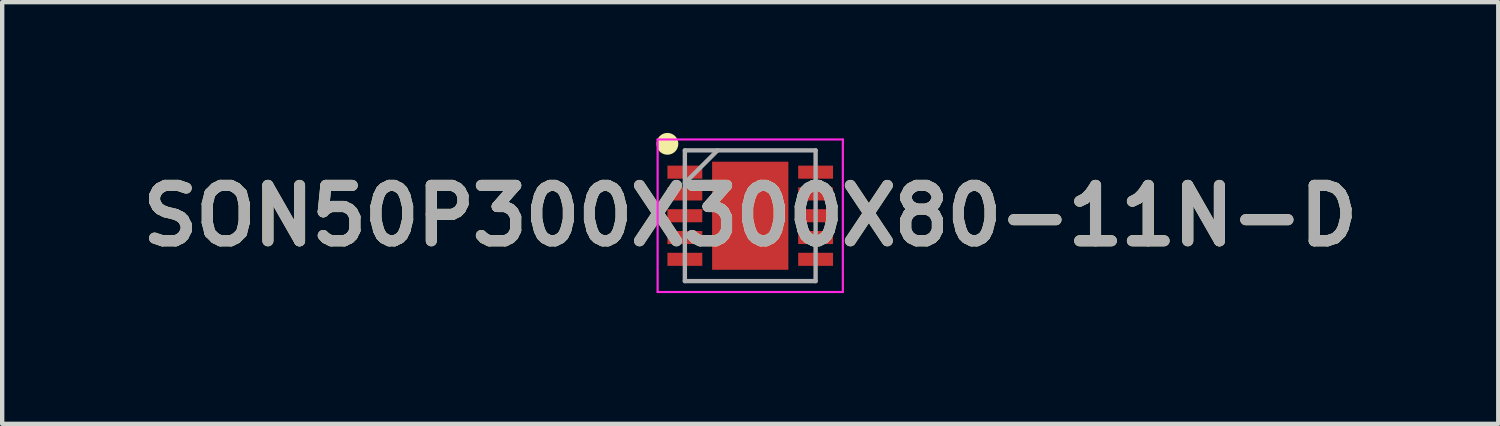
<source format=kicad_pcb>
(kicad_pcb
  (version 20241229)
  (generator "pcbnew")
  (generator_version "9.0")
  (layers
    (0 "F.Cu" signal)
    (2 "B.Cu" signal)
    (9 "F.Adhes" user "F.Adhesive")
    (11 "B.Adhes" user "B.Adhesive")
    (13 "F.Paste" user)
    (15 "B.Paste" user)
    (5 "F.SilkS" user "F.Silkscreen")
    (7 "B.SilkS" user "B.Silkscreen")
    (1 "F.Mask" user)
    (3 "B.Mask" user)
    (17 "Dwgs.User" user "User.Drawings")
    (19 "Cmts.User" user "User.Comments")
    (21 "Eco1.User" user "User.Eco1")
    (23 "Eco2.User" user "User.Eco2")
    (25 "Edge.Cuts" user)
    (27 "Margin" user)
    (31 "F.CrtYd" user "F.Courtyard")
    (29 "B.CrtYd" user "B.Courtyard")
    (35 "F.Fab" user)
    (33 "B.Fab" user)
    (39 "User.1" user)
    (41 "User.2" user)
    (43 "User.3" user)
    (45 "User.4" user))
  (footprint "SON50P300X300X80-11N-D"
    (layer "F.Cu")
    (at 14.164 1.9)
    (property "Reference" "SON50P300X300X80-11N-D" (at 0 0 0) (layer "F.SilkS") (effects (font (size 1.27 1.27) (thickness 0.254))))
    (attr smd)
    (fp_circle (center -1.9 -1.65) (end -1.9 -1.525) (stroke (width 0.25) (type solid)) (fill no) (layer "F.SilkS"))
    (fp_line (start -2.125 -1.75) (end 2.125 -1.75) (stroke (width 0.05) (type solid)) (layer "F.CrtYd"))
    (fp_line (start -2.125 1.75) (end -2.125 -1.75) (stroke (width 0.05) (type solid)) (layer "F.CrtYd"))
    (fp_line (start 2.125 -1.75) (end 2.125 1.75) (stroke (width 0.05) (type solid)) (layer "F.CrtYd"))
    (fp_line (start 2.125 1.75) (end -2.125 1.75) (stroke (width 0.05) (type solid)) (layer "F.CrtYd"))
    (fp_line (start -1.5 -1.5) (end 1.5 -1.5) (stroke (width 0.1) (type solid)) (layer "F.Fab"))
    (fp_line (start -1.5 -0.75) (end -0.75 -1.5) (stroke (width 0.1) (type solid)) (layer "F.Fab"))
    (fp_line (start -1.5 1.5) (end -1.5 -1.5) (stroke (width 0.1) (type solid)) (layer "F.Fab"))
    (fp_line (start 1.5 -1.5) (end 1.5 1.5) (stroke (width 0.1) (type solid)) (layer "F.Fab"))
    (fp_line (start 1.5 1.5) (end -1.5 1.5) (stroke (width 0.1) (type solid)) (layer "F.Fab"))
    (fp_text user "${REFERENCE}" (at 0 0 0) (layer "F.Fab") (effects (font (size 1.27 1.27) (thickness 0.254))))
    (pad "1" smd rect (at -1.5 -1 90) (size 0.3 0.8) (layers "F.Cu" "F.Mask" "F.Paste"))
    (pad "2" smd rect (at -1.5 -0.5 90) (size 0.3 0.8) (layers "F.Cu" "F.Mask" "F.Paste"))
    (pad "3" smd rect (at -1.5 0 90) (size 0.3 0.8) (layers "F.Cu" "F.Mask" "F.Paste"))
    (pad "4" smd rect (at -1.5 0.5 90) (size 0.3 0.8) (layers "F.Cu" "F.Mask" "F.Paste"))
    (pad "5" smd rect (at -1.5 1 90) (size 0.3 0.8) (layers "F.Cu" "F.Mask" "F.Paste"))
    (pad "6" smd rect (at 1.5 1 90) (size 0.3 0.8) (layers "F.Cu" "F.Mask" "F.Paste"))
    (pad "7" smd rect (at 1.5 0.5 90) (size 0.3 0.8) (layers "F.Cu" "F.Mask" "F.Paste"))
    (pad "8" smd rect (at 1.5 0 90) (size 0.3 0.8) (layers "F.Cu" "F.Mask" "F.Paste"))
    (pad "9" smd rect (at 1.5 -0.5 90) (size 0.3 0.8) (layers "F.Cu" "F.Mask" "F.Paste"))
    (pad "10" smd rect (at 1.5 -1 90) (size 0.3 0.8) (layers "F.Cu" "F.Mask" "F.Paste"))
    (pad "11" smd rect (at 0 0) (size 1.75 2.48) (layers "F.Cu" "F.Mask" "F.Paste")))
  (gr_rect
    (start -3 -3)
    (end 31.327 6.675)
    (stroke (width 0.1) (type default))
    (fill no)
    (layer "Edge.Cuts")))
</source>
